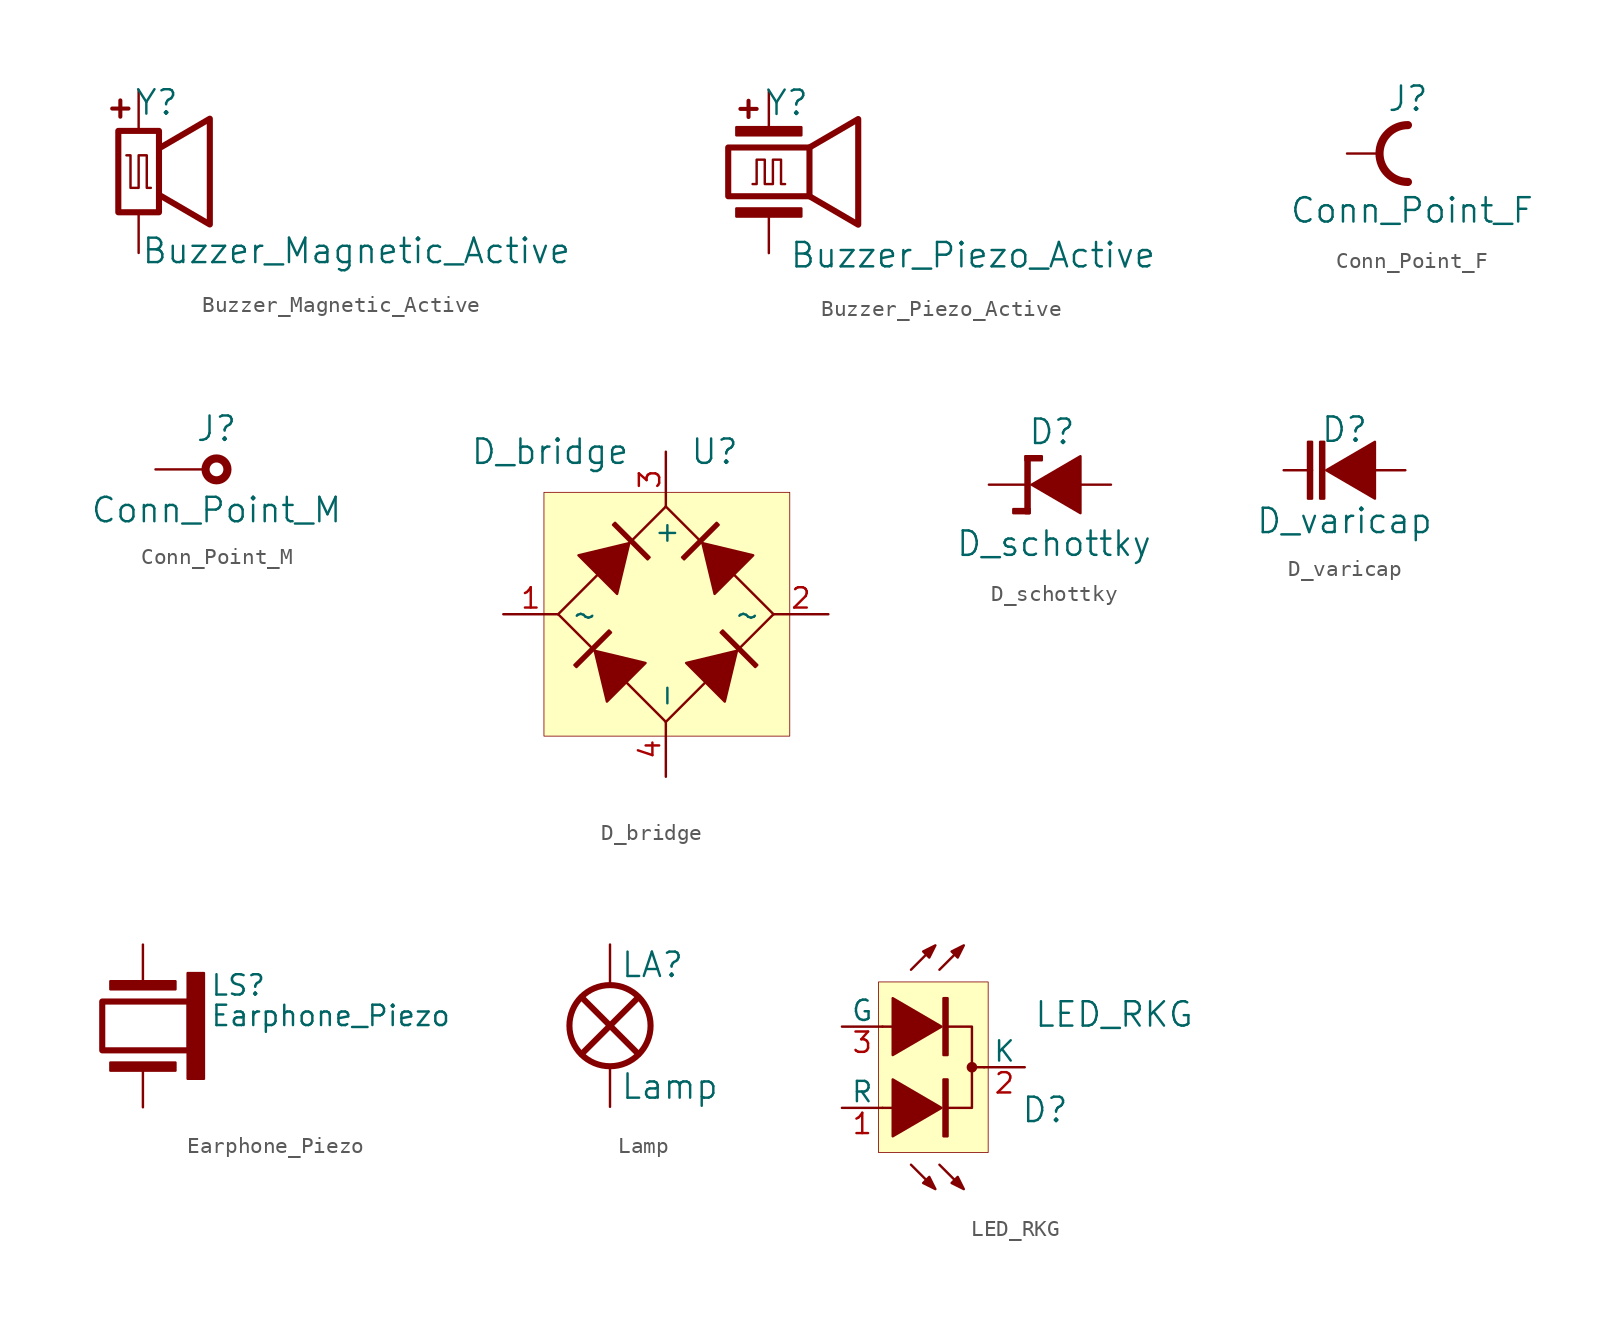
<source format=kicad_sym>
(kicad_symbol_lib
  (version 20211014)
  (generator kicad_symbol_editor)
  (symbol "Buzzer_Magnetic_Active"
    (pin_numbers hide)
    (pin_names
      (offset 0) hide)
    (property "Reference" "Y"
      (at 2.54 4.318 0)
      (effects (font (size 1.524 1.524)) (justify right)))
    (property "Value" "Buzzer_Magnetic_Active"
      (at 27.051 -4.953 0)
      (effects (font (size 1.524 1.524)) (justify right)))
    (symbol "Buzzer_Magnetic_Active_0_0"
      (rectangle (start -1.27 2.54) (end 1.27 -2.54) (stroke (width 0.381) (type default) (color 0 0 0 0)) (fill (type none))))
    (symbol "Buzzer_Magnetic_Active_0_1"
      (polyline (pts (xy -1.651 3.937) (xy -0.635 3.937)) (stroke (width 0.254) (type default) (color 0 0 0 0)) (fill (type none)))
      (polyline (pts (xy -1.143 4.445) (xy -1.143 3.429)) (stroke (width 0.254) (type default) (color 0 0 0 0)) (fill (type none)))
      (polyline (pts (xy 1.397 1.524) (xy 4.445 3.302) (xy 4.445 -3.302) (xy 1.397 -1.524)) (stroke (width 0.381) (type default) (color 0 0 0 0)) (fill (type none)))
      (polyline (pts (xy -0.762 1.016) (xy -0.508 1.016) (xy -0.508 -1.016) (xy 0 -1.016) (xy 0 1.016) (xy 0.508 1.016) (xy 0.508 -1.016) (xy 0.762 -1.016)) (stroke (width 0) (type default) (color 0 0 0 0)) (fill (type none))))
    (symbol "Buzzer_Magnetic_Active_1_1"
      (pin passive line (at 0 5.08 270) (length 2.54) (name "1" (effects (font (size 1.27 1.27)))) (number "1" (effects (font (size 1.27 1.27)))))
      (pin passive line (at 0 -5.08 90) (length 2.54) (name "2" (effects (font (size 1.27 1.27)))) (number "2" (effects (font (size 1.27 1.27)))))))
  (symbol "Buzzer_Piezo_Active"
    (pin_numbers hide)
    (pin_names
      (offset 0) hide)
    (property "Reference" "Y"
      (at 2.54 4.318 0)
      (effects (font (size 1.524 1.524)) (justify right)))
    (property "Value" "Buzzer_Piezo_Active"
      (at 24.257 -5.207 0)
      (effects (font (size 1.524 1.524)) (justify right)))
    (symbol "Buzzer_Piezo_Active_0_0"
      (rectangle (start -2.54 1.524) (end 2.54 -1.524) (stroke (width 0.381) (type default) (color 0 0 0 0)) (fill (type none)))
      (rectangle (start -2.032 -2.286) (end 2.032 -2.794) (stroke (width 0) (type default) (color 0 0 0 0)) (fill (type outline)))
      (rectangle (start -2.032 2.794) (end 2.032 2.286) (stroke (width 0) (type default) (color 0 0 0 0)) (fill (type outline))))
    (symbol "Buzzer_Piezo_Active_0_1"
      (polyline (pts (xy -1.778 3.937) (xy -0.762 3.937)) (stroke (width 0.254) (type default) (color 0 0 0 0)) (fill (type none)))
      (polyline (pts (xy -1.27 4.445) (xy -1.27 3.429)) (stroke (width 0.254) (type default) (color 0 0 0 0)) (fill (type none)))
      (polyline (pts (xy 2.54 1.524) (xy 5.588 3.302) (xy 5.588 -3.302) (xy 2.54 -1.524)) (stroke (width 0.381) (type default) (color 0 0 0 0)) (fill (type none)))
      (polyline (pts (xy -1.016 -0.762) (xy -0.762 -0.762) (xy -0.762 0.762) (xy -0.254 0.762) (xy -0.254 -0.762) (xy 0.254 -0.762) (xy 0.254 0.762) (xy 0.762 0.762) (xy 0.762 -0.762) (xy 1.016 -0.762)) (stroke (width 0) (type default) (color 0 0 0 0)) (fill (type none))))
    (symbol "Buzzer_Piezo_Active_1_1"
      (pin passive line (at 0 5.08 270) (length 2.54) (name "1" (effects (font (size 1.27 1.27)))) (number "1" (effects (font (size 1.27 1.27)))))
      (pin passive line (at 0 -5.08 90) (length 2.54) (name "2" (effects (font (size 1.27 1.27)))) (number "2" (effects (font (size 1.27 1.27)))))))
  (symbol "Conn_Point_F"
    (pin_numbers hide)
    (pin_names
      (offset 1.016) hide)
    (property "Reference" "J"
      (at 0 3.429 0)
      (effects (font (size 1.524 1.524))))
    (property "Value" "Conn_Point_F"
      (at 0.254 -3.556 0)
      (effects (font (size 1.524 1.524))))
    (symbol "Conn_Point_F_0_1"
      (arc (start 0 1.778) (mid -1.778 0) (end 0 -1.778) (stroke (width 0.508) (type default) (color 0 0 0 0)) (fill (type none))))
    (symbol "Conn_Point_F_1_1"
      (pin passive line (at -3.81 0 0) (length 2.032) (name "Pin_1" (effects (font (size 1.27 1.27)))) (number "1" (effects (font (size 1.27 1.27)))))))
  (symbol "Conn_Point_M"
    (pin_numbers hide)
    (pin_names
      (offset 1.016) hide)
    (property "Reference" "J"
      (at 0 2.54 0)
      (effects (font (size 1.524 1.524))))
    (property "Value" "Conn_Point_M"
      (at 0 -2.54 0)
      (effects (font (size 1.524 1.524))))
    (symbol "Conn_Point_M_0_1"
      (circle (center 0 0) (radius 0.684) (stroke (width 0.508) (type default) (color 0 0 0 0)) (fill (type none))))
    (symbol "Conn_Point_M_1_1"
      (pin passive line (at -3.81 0 0) (length 3.175) (name "Pin_1" (effects (font (size 1.27 1.27)))) (number "1" (effects (font (size 1.27 1.27)))))))
  (symbol "D_bridge"
    (pin_names
      (offset 0.762))
    (property "Reference" "U"
      (at 3.048 10.16 0)
      (effects (font (size 1.524 1.524))))
    (property "Value" "D_bridge"
      (at -7.239 10.16 0)
      (effects (font (size 1.524 1.524))))
    (symbol "D_bridge_0_1"
      (rectangle (start -7.62 7.62) (end 7.747 -7.62) (stroke (width 0.051) (type default) (color 0 0 0 0)) (fill (type background)))
      (polyline (pts (xy -6.731 0) (xy 0 -6.731)) (stroke (width 0) (type default) (color 0 0 0 0)) (fill (type none)))
      (polyline (pts (xy 0 6.731) (xy -6.731 0)) (stroke (width 0) (type default) (color 0 0 0 0)) (fill (type none)))
      (polyline (pts (xy 0 6.731) (xy 6.731 0)) (stroke (width 0) (type default) (color 0 0 0 0)) (fill (type none)))
      (polyline (pts (xy 6.731 0) (xy 0 -6.731)) (stroke (width 0) (type default) (color 0 0 0 0)) (fill (type none)))
      (polyline (pts (xy -4.445 -2.286) (xy -1.27 -3.048) (xy -3.683 -5.461) (xy -4.445 -2.286)) (stroke (width 0) (type default) (color 0 0 0 0)) (fill (type outline)))
      (polyline (pts (xy -2.286 4.445) (xy -3.048 1.27) (xy -5.461 3.683) (xy -2.286 4.445)) (stroke (width 0) (type default) (color 0 0 0 0)) (fill (type outline)))
      (polyline (pts (xy 2.286 4.445) (xy 5.461 3.683) (xy 3.048 1.27) (xy 2.286 4.445)) (stroke (width 0) (type default) (color 0 0 0 0)) (fill (type outline)))
      (polyline (pts (xy 4.445 -2.286) (xy 3.683 -5.461) (xy 1.27 -3.048) (xy 4.445 -2.286)) (stroke (width 0) (type default) (color 0 0 0 0)) (fill (type outline)))
      (polyline (pts (xy -3.556 -1.016) (xy -5.715 -3.175) (xy -5.588 -3.302) (xy -3.429 -1.143) (xy -3.556 -1.016)) (stroke (width 0) (type default) (color 0 0 0 0)) (fill (type outline)))
      (polyline (pts (xy -1.016 3.556) (xy -3.175 5.715) (xy -3.302 5.588) (xy -1.143 3.429) (xy -1.016 3.556)) (stroke (width 0) (type default) (color 0 0 0 0)) (fill (type outline)))
      (polyline (pts (xy 3.175 5.715) (xy 1.016 3.556) (xy 1.143 3.429) (xy 3.302 5.588) (xy 3.175 5.715)) (stroke (width 0) (type default) (color 0 0 0 0)) (fill (type outline)))
      (polyline (pts (xy 5.715 -3.175) (xy 3.556 -1.016) (xy 3.429 -1.143) (xy 5.588 -3.302) (xy 5.715 -3.175)) (stroke (width 0) (type default) (color 0 0 0 0)) (fill (type outline))))
    (symbol "D_bridge_1_1"
      (pin passive line (at -10.16 0 0) (length 3.429) (name "∼" (effects (font (size 1.27 1.27)))) (number "1" (effects (font (size 1.27 1.27)))))
      (pin passive line (at 10.16 0 180) (length 3.429) (name "∼" (effects (font (size 1.27 1.27)))) (number "2" (effects (font (size 1.27 1.27)))))
      (pin passive line (at 0 10.16 270) (length 3.429) (name "+" (effects (font (size 1.27 1.27)))) (number "3" (effects (font (size 1.27 1.27)))))
      (pin passive line (at 0 -10.16 90) (length 3.429) (name "−" (effects (font (size 1.27 1.27)))) (number "4" (effects (font (size 1.27 1.27)))))))
  (symbol "D_schottky"
    (pin_numbers hide)
    (pin_names
      (offset 1.016) hide)
    (property "Reference" "D"
      (at 0.127 3.302 0)
      (effects (font (size 1.524 1.524))))
    (property "Value" "D_schottky"
      (at 0.254 -3.683 0)
      (effects (font (size 1.524 1.524))))
    (symbol "D_schottky_0_1"
      (rectangle (start -2.286 -1.524) (end -1.27 -1.778) (stroke (width 0) (type default) (color 0 0 0 0)) (fill (type outline)))
      (rectangle (start -1.524 1.778) (end -1.27 -1.778) (stroke (width 0) (type default) (color 0 0 0 0)) (fill (type outline)))
      (rectangle (start -1.524 1.778) (end -0.508 1.524) (stroke (width 0) (type default) (color 0 0 0 0)) (fill (type outline)))
      (polyline (pts (xy -1.143 0) (xy 1.905 1.778) (xy 1.905 -1.778) (xy -1.143 0)) (stroke (width 0) (type default) (color 0 0 0 0)) (fill (type outline))))
    (symbol "D_schottky_1_1"
      (pin passive line (at -3.81 0 0) (length 2.54) (name "K" (effects (font (size 1.27 1.27)))) (number "1" (effects (font (size 1.27 1.27)))))
      (pin passive line (at 3.81 0 180) (length 2.54) (name "A" (effects (font (size 1.27 1.27)))) (number "2" (effects (font (size 1.27 1.27)))))))
  (symbol "D_varicap"
    (pin_numbers hide)
    (pin_names
      (offset 1.016) hide)
    (property "Reference" "D"
      (at 0 2.54 0)
      (effects (font (size 1.524 1.524))))
    (property "Value" "D_varicap"
      (at 0 -3.175 0)
      (effects (font (size 1.524 1.524))))
    (symbol "D_varicap_0_1"
      (rectangle (start -2.286 1.778) (end -2.032 -1.778) (stroke (width 0) (type default) (color 0 0 0 0)) (fill (type outline)))
      (rectangle (start -1.524 1.778) (end -1.27 -1.778) (stroke (width 0) (type default) (color 0 0 0 0)) (fill (type outline)))
      (polyline (pts (xy -1.143 0) (xy 1.905 1.778) (xy 1.905 -1.778) (xy -1.143 0)) (stroke (width 0) (type default) (color 0 0 0 0)) (fill (type outline))))
    (symbol "D_varicap_1_1"
      (pin passive line (at -3.81 0 0) (length 1.778) (name "K" (effects (font (size 1.27 1.27)))) (number "1" (effects (font (size 1.27 1.27)))))
      (pin passive line (at 3.81 0 180) (length 2.54) (name "A" (effects (font (size 1.27 1.27)))) (number "2" (effects (font (size 1.27 1.27)))))))
  (symbol "Earphone_Piezo"
    (pin_numbers hide)
    (pin_names
      (offset 0.025) hide)
    (property "Reference" "LS"
      (at 4.191 3.81 0)
      (effects (font (size 1.27 1.27)) (justify left)))
    (property "Value" "Earphone_Piezo"
      (at 4.191 1.905 0)
      (effects (font (size 1.27 1.27)) (justify left)))
    (symbol "Earphone_Piezo_0_0"
      (rectangle (start -2.54 2.794) (end 2.921 -0.254) (stroke (width 0.381) (type default) (color 0 0 0 0)) (fill (type none)))
      (rectangle (start -2.032 -1.016) (end 2.032 -1.524) (stroke (width 0) (type default) (color 0 0 0 0)) (fill (type outline)))
      (rectangle (start -2.032 4.064) (end 2.032 3.556) (stroke (width 0) (type default) (color 0 0 0 0)) (fill (type outline))))
    (symbol "Earphone_Piezo_0_1"
      (rectangle (start 2.794 4.572) (end 3.81 -2.032) (stroke (width 0) (type default) (color 0 0 0 0)) (fill (type outline))))
    (symbol "Earphone_Piezo_1_1"
      (pin passive line (at 0 6.35 270) (length 2.54) (name "1" (effects (font (size 1.27 1.27)))) (number "1" (effects (font (size 1.27 1.27)))))
      (pin passive line (at 0 -3.81 90) (length 2.54) (name "2" (effects (font (size 1.27 1.27)))) (number "2" (effects (font (size 1.27 1.27)))))))
  (symbol "Lamp"
    (pin_numbers hide)
    (pin_names
      (offset 0.025) hide)
    (property "Reference" "LA"
      (at 0.635 3.81 0)
      (effects (font (size 1.524 1.524)) (justify left)))
    (property "Value" "Lamp"
      (at 0.635 -3.81 0)
      (effects (font (size 1.524 1.524)) (justify left)))
    (symbol "Lamp_0_1"
      (polyline (pts (xy -1.778 1.778) (xy 1.778 -1.778)) (stroke (width 0.381) (type default) (color 0 0 0 0)) (fill (type none)))
      (polyline (pts (xy 1.778 1.778) (xy -1.778 -1.778)) (stroke (width 0.381) (type default) (color 0 0 0 0)) (fill (type none)))
      (circle (center 0 0) (radius 2.54) (stroke (width 0.381) (type default) (color 0 0 0 0)) (fill (type none))))
    (symbol "Lamp_1_1"
      (pin passive line (at 0 -5.08 90) (length 2.54) (name "-" (effects (font (size 1.27 1.27)))) (number "1" (effects (font (size 1.27 1.27)))))
      (pin passive line (at 0 5.08 270) (length 2.54) (name "+" (effects (font (size 1.27 1.27)))) (number "2" (effects (font (size 1.27 1.27)))))))
  (symbol "LED_RKG"
    (pin_names
      (offset 0))
    (property "Reference" "D"
      (at 7.62 -2.667 0)
      (effects (font (size 1.524 1.524))))
    (property "Value" "LED_RKG"
      (at 11.938 3.302 0)
      (effects (font (size 1.524 1.524))))
    (symbol "LED_RKG_0_1"
      (rectangle (start -2.794 5.334) (end 4.064 -5.334) (stroke (width 0.051) (type default) (color 0 0 0 0)) (fill (type background)))
      (polyline (pts (xy -2.54 -2.54) (xy -1.778 -2.54)) (stroke (width 0) (type default) (color 0 0 0 0)) (fill (type none)))
      (polyline (pts (xy -2.54 2.54) (xy -1.778 2.54)) (stroke (width 0) (type default) (color 0 0 0 0)) (fill (type none)))
      (polyline (pts (xy -0.762 -6.096) (xy 0.381 -7.239)) (stroke (width 0.152) (type default) (color 0 0 0 0)) (fill (type none)))
      (polyline (pts (xy -0.762 6.096) (xy 0.381 7.239)) (stroke (width 0.152) (type default) (color 0 0 0 0)) (fill (type none)))
      (polyline (pts (xy 1.016 -6.096) (xy 2.159 -7.239)) (stroke (width 0.152) (type default) (color 0 0 0 0)) (fill (type none)))
      (polyline (pts (xy 1.016 6.096) (xy 2.159 7.239)) (stroke (width 0.152) (type default) (color 0 0 0 0)) (fill (type none)))
      (polyline (pts (xy 3.81 0) (xy 3.048 0)) (stroke (width 0) (type default) (color 0 0 0 0)) (fill (type none)))
      (polyline (pts (xy 0.762 -7.62) (xy 0 -7.239) (xy 0.381 -6.858) (xy 0.762 -7.62)) (stroke (width 0) (type default) (color 0 0 0 0)) (fill (type outline)))
      (polyline (pts (xy 0.762 7.62) (xy 0 7.239) (xy 0.381 6.858) (xy 0.762 7.62)) (stroke (width 0) (type default) (color 0 0 0 0)) (fill (type outline)))
      (polyline (pts (xy 1.143 -2.54) (xy -1.905 -0.762) (xy -1.905 -4.318) (xy 1.143 -2.54)) (stroke (width 0) (type default) (color 0 0 0 0)) (fill (type outline)))
      (polyline (pts (xy 1.143 2.54) (xy -1.905 0.762) (xy -1.905 4.318) (xy 1.143 2.54)) (stroke (width 0) (type default) (color 0 0 0 0)) (fill (type outline)))
      (polyline (pts (xy 1.397 -2.54) (xy 3.048 -2.54) (xy 3.048 2.54) (xy 1.397 2.54)) (stroke (width 0) (type default) (color 0 0 0 0)) (fill (type none)))
      (polyline (pts (xy 2.54 -7.62) (xy 1.778 -7.239) (xy 2.159 -6.858) (xy 2.54 -7.62)) (stroke (width 0) (type default) (color 0 0 0 0)) (fill (type outline)))
      (polyline (pts (xy 2.54 7.62) (xy 1.778 7.239) (xy 2.159 6.858) (xy 2.54 7.62)) (stroke (width 0) (type default) (color 0 0 0 0)) (fill (type outline)))
      (rectangle (start 1.27 -4.318) (end 1.524 -0.762) (stroke (width 0) (type default) (color 0 0 0 0)) (fill (type outline)))
      (rectangle (start 1.524 0.762) (end 1.27 4.318) (stroke (width 0) (type default) (color 0 0 0 0)) (fill (type outline)))
      (circle (center 3.048 0) (radius 0.254) (stroke (width 0) (type default) (color 0 0 0 0)) (fill (type outline))))
    (symbol "LED_RKG_1_1"
      (pin passive line (at -5.08 -2.54 0) (length 2.54) (name "R" (effects (font (size 1.27 1.27)))) (number "1" (effects (font (size 1.27 1.27)))))
      (pin passive line (at 6.35 0 180) (length 2.54) (name "K" (effects (font (size 1.27 1.27)))) (number "2" (effects (font (size 1.27 1.27)))))
      (pin passive line (at -5.08 2.54 0) (length 2.54) (name "G" (effects (font (size 1.27 1.27)))) (number "3" (effects (font (size 1.27 1.27))))))))
</source>
